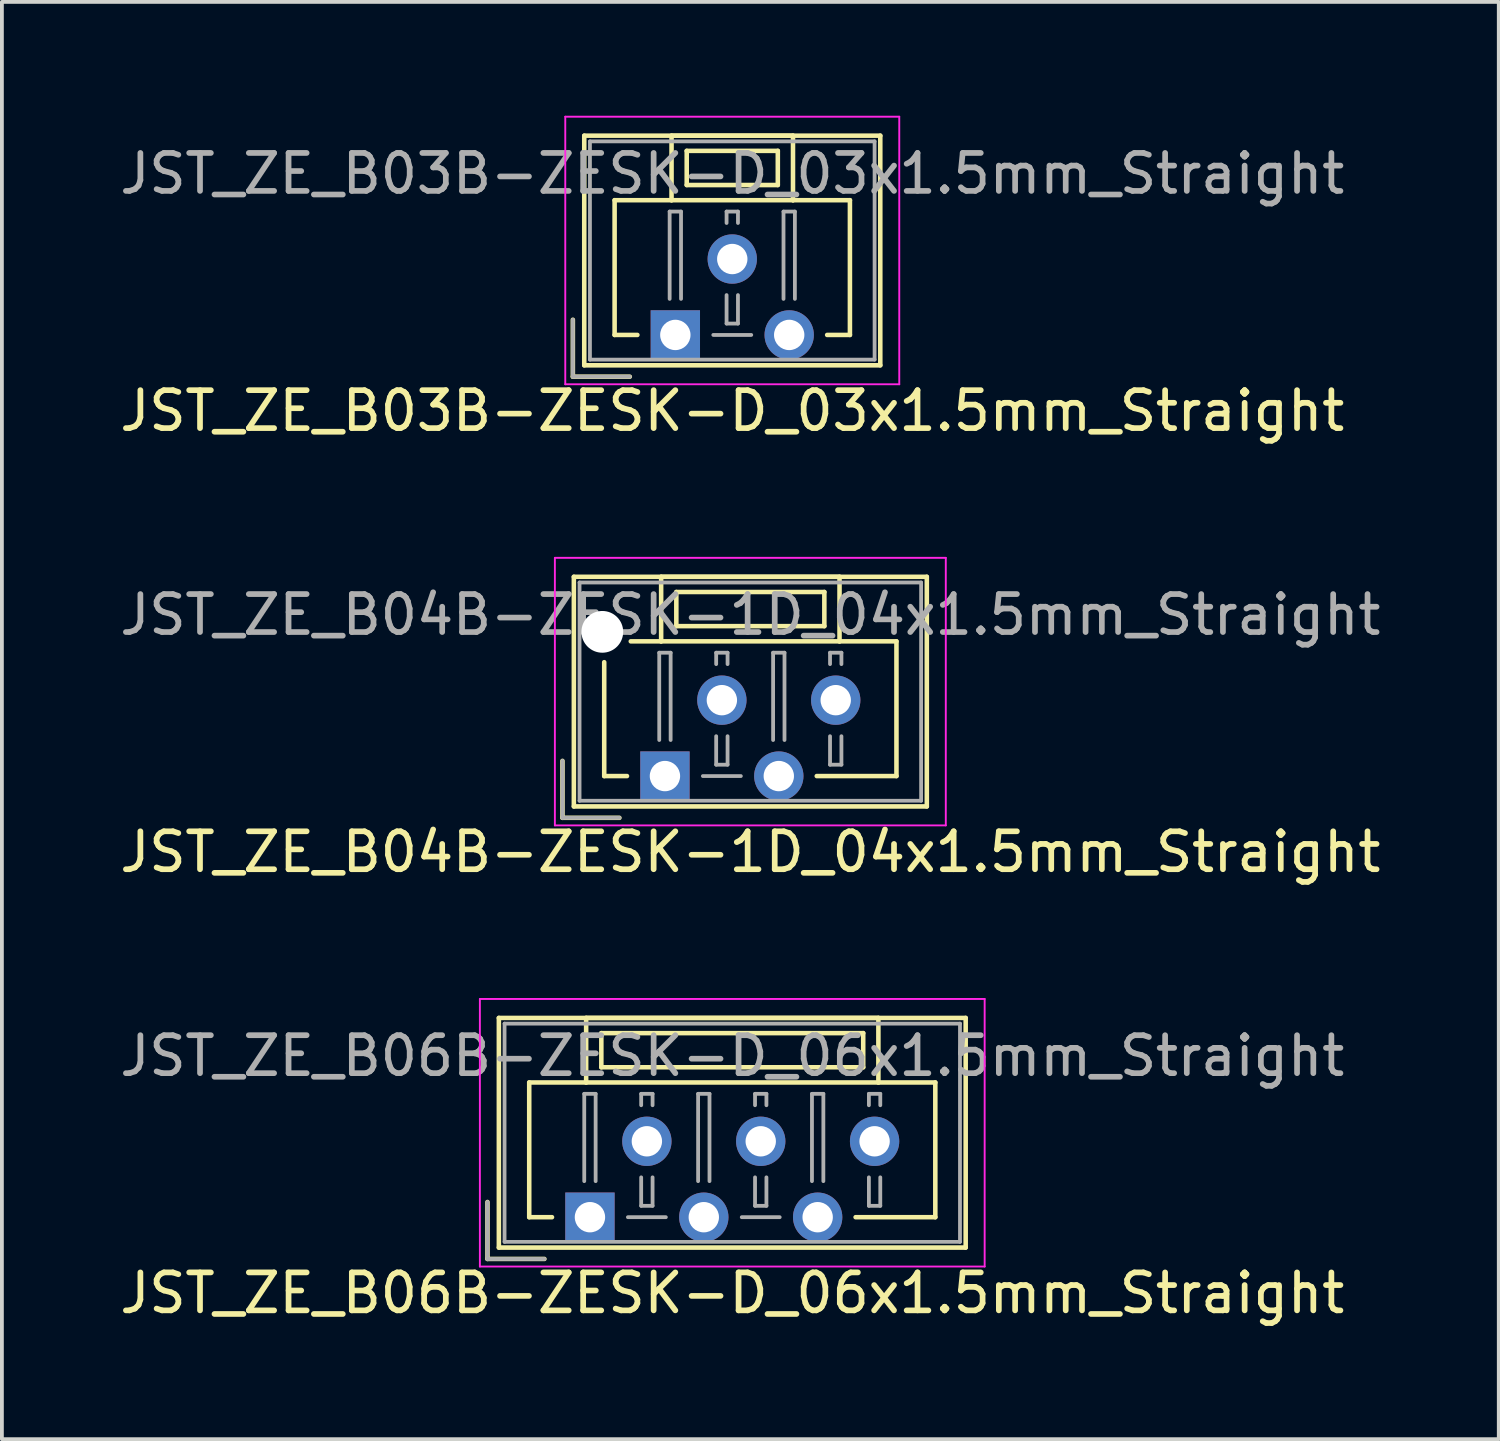
<source format=kicad_pcb>
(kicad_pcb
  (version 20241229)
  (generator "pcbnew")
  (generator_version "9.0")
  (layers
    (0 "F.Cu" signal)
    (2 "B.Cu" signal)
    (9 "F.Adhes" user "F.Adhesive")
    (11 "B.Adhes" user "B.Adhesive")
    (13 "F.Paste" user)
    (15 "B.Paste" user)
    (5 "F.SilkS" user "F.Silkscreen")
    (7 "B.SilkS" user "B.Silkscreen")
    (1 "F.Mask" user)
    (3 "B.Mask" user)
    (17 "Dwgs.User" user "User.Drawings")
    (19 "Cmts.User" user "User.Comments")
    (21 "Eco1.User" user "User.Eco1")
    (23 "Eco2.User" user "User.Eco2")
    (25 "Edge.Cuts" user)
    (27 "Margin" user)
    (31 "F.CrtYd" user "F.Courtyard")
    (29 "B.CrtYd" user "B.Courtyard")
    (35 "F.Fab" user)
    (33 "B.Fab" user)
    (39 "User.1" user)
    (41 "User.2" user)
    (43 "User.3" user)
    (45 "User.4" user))
  (footprint "JST_ZE_B03B-ZESK-D_03x1.5mm_Straight"
    (layer "F.Cu")
    (at 14.744 5.775)
    (property "Reference" "JST_ZE_B03B-ZESK-D_03x1.5mm_Straight" (at 1.5 2 0) (layer "F.SilkS") (effects (font (size 1 1) (thickness 0.15))))
    (attr through_hole)
    (fp_line (start -2.7 -0.4) (end -2.7 1.1) (stroke (width 0.12) (type solid)) (layer "F.SilkS"))
    (fp_line (start -2.7 1.1) (end -1.2 1.1) (stroke (width 0.12) (type solid)) (layer "F.SilkS"))
    (fp_line (start -2.4 -5.25) (end -2.4 0.8) (stroke (width 0.12) (type solid)) (layer "F.SilkS"))
    (fp_line (start -2.4 0.8) (end 5.4 0.8) (stroke (width 0.12) (type solid)) (layer "F.SilkS"))
    (fp_line (start -1.6 -3.55) (end -1.6 0) (stroke (width 0.12) (type solid)) (layer "F.SilkS"))
    (fp_line (start -1.6 0) (end -1 0) (stroke (width 0.12) (type solid)) (layer "F.SilkS"))
    (fp_line (start -0.1 -5.25) (end -0.1 -3.55) (stroke (width 0.12) (type solid)) (layer "F.SilkS"))
    (fp_line (start -0.1 -3.55) (end -1.6 -3.55) (stroke (width 0.12) (type solid)) (layer "F.SilkS"))
    (fp_line (start -0.1 -3.55) (end 3.1 -3.55) (stroke (width 0.12) (type solid)) (layer "F.SilkS"))
    (fp_line (start 0.3 -4.85) (end 0.3 -3.95) (stroke (width 0.12) (type solid)) (layer "F.SilkS"))
    (fp_line (start 0.3 -3.95) (end 2.7 -3.95) (stroke (width 0.12) (type solid)) (layer "F.SilkS"))
    (fp_line (start 2.7 -4.85) (end 0.3 -4.85) (stroke (width 0.12) (type solid)) (layer "F.SilkS"))
    (fp_line (start 2.7 -3.95) (end 2.7 -4.85) (stroke (width 0.12) (type solid)) (layer "F.SilkS"))
    (fp_line (start 3.1 -5.25) (end -0.1 -5.25) (stroke (width 0.12) (type solid)) (layer "F.SilkS"))
    (fp_line (start 3.1 -3.55) (end 3.1 -5.25) (stroke (width 0.12) (type solid)) (layer "F.SilkS"))
    (fp_line (start 3.1 -3.55) (end 4.6 -3.55) (stroke (width 0.12) (type solid)) (layer "F.SilkS"))
    (fp_line (start 4.6 -3.55) (end 4.6 0) (stroke (width 0.12) (type solid)) (layer "F.SilkS"))
    (fp_line (start 4.6 0) (end 4 0) (stroke (width 0.12) (type solid)) (layer "F.SilkS"))
    (fp_line (start 5.4 -5.25) (end -2.4 -5.25) (stroke (width 0.12) (type solid)) (layer "F.SilkS"))
    (fp_line (start 5.4 0.8) (end 5.4 -5.25) (stroke (width 0.12) (type solid)) (layer "F.SilkS"))
    (fp_line (start -2.9 -5.75) (end -2.9 1.3) (stroke (width 0.05) (type solid)) (layer "F.CrtYd"))
    (fp_line (start -2.9 1.3) (end 5.9 1.3) (stroke (width 0.05) (type solid)) (layer "F.CrtYd"))
    (fp_line (start 5.9 -5.75) (end -2.9 -5.75) (stroke (width 0.05) (type solid)) (layer "F.CrtYd"))
    (fp_line (start 5.9 1.3) (end 5.9 -5.75) (stroke (width 0.05) (type solid)) (layer "F.CrtYd"))
    (fp_line (start -2.7 -0.4) (end -2.7 1.1) (stroke (width 0.1) (type solid)) (layer "F.Fab"))
    (fp_line (start -2.7 1.1) (end -1.2 1.1) (stroke (width 0.1) (type solid)) (layer "F.Fab"))
    (fp_line (start -2.25 -5.1) (end -2.25 0.65) (stroke (width 0.1) (type solid)) (layer "F.Fab"))
    (fp_line (start -2.25 0.65) (end 5.25 0.65) (stroke (width 0.1) (type solid)) (layer "F.Fab"))
    (fp_line (start -0.15 -3.25) (end 0.15 -3.25) (stroke (width 0.1) (type solid)) (layer "F.Fab"))
    (fp_line (start -0.15 -0.95) (end -0.15 -3.25) (stroke (width 0.1) (type solid)) (layer "F.Fab"))
    (fp_line (start 0.15 -3.25) (end 0.15 -0.95) (stroke (width 0.1) (type solid)) (layer "F.Fab"))
    (fp_line (start 1 0) (end 2 0) (stroke (width 0.1) (type solid)) (layer "F.Fab"))
    (fp_line (start 1.35 -3.25) (end 1.65 -3.25) (stroke (width 0.1) (type solid)) (layer "F.Fab"))
    (fp_line (start 1.35 -2.95) (end 1.35 -3.25) (stroke (width 0.1) (type solid)) (layer "F.Fab"))
    (fp_line (start 1.35 -1.05) (end 1.35 -0.3) (stroke (width 0.1) (type solid)) (layer "F.Fab"))
    (fp_line (start 1.35 -0.3) (end 1.65 -0.3) (stroke (width 0.1) (type solid)) (layer "F.Fab"))
    (fp_line (start 1.65 -3.25) (end 1.65 -2.95) (stroke (width 0.1) (type solid)) (layer "F.Fab"))
    (fp_line (start 1.65 -0.3) (end 1.65 -1.05) (stroke (width 0.1) (type solid)) (layer "F.Fab"))
    (fp_line (start 2.85 -3.25) (end 3.15 -3.25) (stroke (width 0.1) (type solid)) (layer "F.Fab"))
    (fp_line (start 2.85 -0.95) (end 2.85 -3.25) (stroke (width 0.1) (type solid)) (layer "F.Fab"))
    (fp_line (start 3.15 -3.25) (end 3.15 -0.95) (stroke (width 0.1) (type solid)) (layer "F.Fab"))
    (fp_line (start 5.25 -5.1) (end -2.25 -5.1) (stroke (width 0.1) (type solid)) (layer "F.Fab"))
    (fp_line (start 5.25 0.65) (end 5.25 -5.1) (stroke (width 0.1) (type solid)) (layer "F.Fab"))
    (fp_text user "${REFERENCE}" (at 1.5 -4.25 0) (layer "F.Fab") (effects (font (size 1 1) (thickness 0.15))))
    (pad "1" thru_hole rect (at 0 0) (size 1.3 1.3) (drill 0.8) (layers "*.Cu" "*.Mask"))
    (pad "2" thru_hole circle (at 1.5 -2) (size 1.3 1.3) (drill 0.8) (layers "*.Cu" "*.Mask"))
    (pad "3" thru_hole circle (at 3 0) (size 1.3 1.3) (drill 0.8) (layers "*.Cu" "*.Mask")))
  (footprint "JST_ZE_B04B-ZESK-1D_04x1.5mm_Straight"
    (layer "F.Cu")
    (at 14.47 17.398)
    (property "Reference" "JST_ZE_B04B-ZESK-1D_04x1.5mm_Straight" (at 2.25 2 0) (layer "F.SilkS") (effects (font (size 1 1) (thickness 0.15))))
    (attr through_hole)
    (fp_line (start -2.7 -0.4) (end -2.7 1.1) (stroke (width 0.12) (type solid)) (layer "F.SilkS"))
    (fp_line (start -2.7 1.1) (end -1.2 1.1) (stroke (width 0.12) (type solid)) (layer "F.SilkS"))
    (fp_line (start -2.4 -5.25) (end -2.4 0.8) (stroke (width 0.12) (type solid)) (layer "F.SilkS"))
    (fp_line (start -2.4 0.8) (end 6.9 0.8) (stroke (width 0.12) (type solid)) (layer "F.SilkS"))
    (fp_line (start -1.6 -3) (end -1.6 0) (stroke (width 0.12) (type solid)) (layer "F.SilkS"))
    (fp_line (start -1.6 0) (end -1 0) (stroke (width 0.12) (type solid)) (layer "F.SilkS"))
    (fp_line (start -0.1 -5.25) (end -0.1 -3.55) (stroke (width 0.12) (type solid)) (layer "F.SilkS"))
    (fp_line (start -0.1 -3.55) (end -0.9 -3.55) (stroke (width 0.12) (type solid)) (layer "F.SilkS"))
    (fp_line (start -0.1 -3.55) (end 4.6 -3.55) (stroke (width 0.12) (type solid)) (layer "F.SilkS"))
    (fp_line (start 0.3 -4.85) (end 0.3 -3.95) (stroke (width 0.12) (type solid)) (layer "F.SilkS"))
    (fp_line (start 0.3 -3.95) (end 4.2 -3.95) (stroke (width 0.12) (type solid)) (layer "F.SilkS"))
    (fp_line (start 4.2 -4.85) (end 0.3 -4.85) (stroke (width 0.12) (type solid)) (layer "F.SilkS"))
    (fp_line (start 4.2 -3.95) (end 4.2 -4.85) (stroke (width 0.12) (type solid)) (layer "F.SilkS"))
    (fp_line (start 4.6 -5.25) (end -0.1 -5.25) (stroke (width 0.12) (type solid)) (layer "F.SilkS"))
    (fp_line (start 4.6 -3.55) (end 4.6 -5.25) (stroke (width 0.12) (type solid)) (layer "F.SilkS"))
    (fp_line (start 4.6 -3.55) (end 6.1 -3.55) (stroke (width 0.12) (type solid)) (layer "F.SilkS"))
    (fp_line (start 6.1 -3.55) (end 6.1 0) (stroke (width 0.12) (type solid)) (layer "F.SilkS"))
    (fp_line (start 6.1 0) (end 4 0) (stroke (width 0.12) (type solid)) (layer "F.SilkS"))
    (fp_line (start 6.9 -5.25) (end -2.4 -5.25) (stroke (width 0.12) (type solid)) (layer "F.SilkS"))
    (fp_line (start 6.9 0.8) (end 6.9 -5.25) (stroke (width 0.12) (type solid)) (layer "F.SilkS"))
    (fp_line (start -2.9 -5.75) (end -2.9 1.3) (stroke (width 0.05) (type solid)) (layer "F.CrtYd"))
    (fp_line (start -2.9 1.3) (end 7.4 1.3) (stroke (width 0.05) (type solid)) (layer "F.CrtYd"))
    (fp_line (start 7.4 -5.75) (end -2.9 -5.75) (stroke (width 0.05) (type solid)) (layer "F.CrtYd"))
    (fp_line (start 7.4 1.3) (end 7.4 -5.75) (stroke (width 0.05) (type solid)) (layer "F.CrtYd"))
    (fp_line (start -2.7 -0.4) (end -2.7 1.1) (stroke (width 0.1) (type solid)) (layer "F.Fab"))
    (fp_line (start -2.7 1.1) (end -1.2 1.1) (stroke (width 0.1) (type solid)) (layer "F.Fab"))
    (fp_line (start -2.25 -5.1) (end -2.25 0.65) (stroke (width 0.1) (type solid)) (layer "F.Fab"))
    (fp_line (start -2.25 0.65) (end 6.75 0.65) (stroke (width 0.1) (type solid)) (layer "F.Fab"))
    (fp_line (start -0.15 -3.25) (end 0.15 -3.25) (stroke (width 0.1) (type solid)) (layer "F.Fab"))
    (fp_line (start -0.15 -0.95) (end -0.15 -3.25) (stroke (width 0.1) (type solid)) (layer "F.Fab"))
    (fp_line (start 0.15 -3.25) (end 0.15 -0.95) (stroke (width 0.1) (type solid)) (layer "F.Fab"))
    (fp_line (start 1 0) (end 2 0) (stroke (width 0.1) (type solid)) (layer "F.Fab"))
    (fp_line (start 1.35 -3.25) (end 1.65 -3.25) (stroke (width 0.1) (type solid)) (layer "F.Fab"))
    (fp_line (start 1.35 -2.95) (end 1.35 -3.25) (stroke (width 0.1) (type solid)) (layer "F.Fab"))
    (fp_line (start 1.35 -1.05) (end 1.35 -0.3) (stroke (width 0.1) (type solid)) (layer "F.Fab"))
    (fp_line (start 1.35 -0.3) (end 1.65 -0.3) (stroke (width 0.1) (type solid)) (layer "F.Fab"))
    (fp_line (start 1.65 -3.25) (end 1.65 -2.95) (stroke (width 0.1) (type solid)) (layer "F.Fab"))
    (fp_line (start 1.65 -0.3) (end 1.65 -1.05) (stroke (width 0.1) (type solid)) (layer "F.Fab"))
    (fp_line (start 2.85 -3.25) (end 3.15 -3.25) (stroke (width 0.1) (type solid)) (layer "F.Fab"))
    (fp_line (start 2.85 -0.95) (end 2.85 -3.25) (stroke (width 0.1) (type solid)) (layer "F.Fab"))
    (fp_line (start 3.15 -3.25) (end 3.15 -0.95) (stroke (width 0.1) (type solid)) (layer "F.Fab"))
    (fp_line (start 4.35 -3.25) (end 4.65 -3.25) (stroke (width 0.1) (type solid)) (layer "F.Fab"))
    (fp_line (start 4.35 -2.95) (end 4.35 -3.25) (stroke (width 0.1) (type solid)) (layer "F.Fab"))
    (fp_line (start 4.35 -1.05) (end 4.35 -0.3) (stroke (width 0.1) (type solid)) (layer "F.Fab"))
    (fp_line (start 4.35 -0.3) (end 4.65 -0.3) (stroke (width 0.1) (type solid)) (layer "F.Fab"))
    (fp_line (start 4.65 -3.25) (end 4.65 -2.95) (stroke (width 0.1) (type solid)) (layer "F.Fab"))
    (fp_line (start 4.65 -0.3) (end 4.65 -1.05) (stroke (width 0.1) (type solid)) (layer "F.Fab"))
    (fp_line (start 6.75 -5.1) (end -2.25 -5.1) (stroke (width 0.1) (type solid)) (layer "F.Fab"))
    (fp_line (start 6.75 0.65) (end 6.75 -5.1) (stroke (width 0.1) (type solid)) (layer "F.Fab"))
    (fp_text user "${REFERENCE}" (at 2.25 -4.25 0) (layer "F.Fab") (effects (font (size 1 1) (thickness 0.15))))
    (pad "" np_thru_hole circle (at -1.65 -3.8) (size 1.1 1.1) (drill 1.1) (layers "*.Cu"))
    (pad "1" thru_hole rect (at 0 0) (size 1.3 1.3) (drill 0.8) (layers "*.Cu" "*.Mask"))
    (pad "2" thru_hole circle (at 1.5 -2) (size 1.3 1.3) (drill 0.8) (layers "*.Cu" "*.Mask"))
    (pad "3" thru_hole circle (at 3 0) (size 1.3 1.3) (drill 0.8) (layers "*.Cu" "*.Mask"))
    (pad "4" thru_hole circle (at 4.5 -2) (size 1.3 1.3) (drill 0.8) (layers "*.Cu" "*.Mask")))
  (footprint "JST_ZE_B06B-ZESK-D_06x1.5mm_Straight"
    (layer "F.Cu")
    (at 12.494 29.021)
    (property "Reference" "JST_ZE_B06B-ZESK-D_06x1.5mm_Straight" (at 3.75 2 0) (layer "F.SilkS") (effects (font (size 1 1) (thickness 0.15))))
    (attr through_hole)
    (fp_line (start -2.7 -0.4) (end -2.7 1.1) (stroke (width 0.12) (type solid)) (layer "F.SilkS"))
    (fp_line (start -2.7 1.1) (end -1.2 1.1) (stroke (width 0.12) (type solid)) (layer "F.SilkS"))
    (fp_line (start -2.4 -5.25) (end -2.4 0.8) (stroke (width 0.12) (type solid)) (layer "F.SilkS"))
    (fp_line (start -2.4 0.8) (end 9.9 0.8) (stroke (width 0.12) (type solid)) (layer "F.SilkS"))
    (fp_line (start -1.6 -3.55) (end -1.6 0) (stroke (width 0.12) (type solid)) (layer "F.SilkS"))
    (fp_line (start -1.6 0) (end -1 0) (stroke (width 0.12) (type solid)) (layer "F.SilkS"))
    (fp_line (start -0.1 -5.25) (end -0.1 -3.55) (stroke (width 0.12) (type solid)) (layer "F.SilkS"))
    (fp_line (start -0.1 -3.55) (end -1.6 -3.55) (stroke (width 0.12) (type solid)) (layer "F.SilkS"))
    (fp_line (start -0.1 -3.55) (end 7.6 -3.55) (stroke (width 0.12) (type solid)) (layer "F.SilkS"))
    (fp_line (start 0.3 -4.85) (end 0.3 -3.95) (stroke (width 0.12) (type solid)) (layer "F.SilkS"))
    (fp_line (start 0.3 -3.95) (end 7.2 -3.95) (stroke (width 0.12) (type solid)) (layer "F.SilkS"))
    (fp_line (start 7.2 -4.85) (end 0.3 -4.85) (stroke (width 0.12) (type solid)) (layer "F.SilkS"))
    (fp_line (start 7.2 -3.95) (end 7.2 -4.85) (stroke (width 0.12) (type solid)) (layer "F.SilkS"))
    (fp_line (start 7.6 -5.25) (end -0.1 -5.25) (stroke (width 0.12) (type solid)) (layer "F.SilkS"))
    (fp_line (start 7.6 -3.55) (end 7.6 -5.25) (stroke (width 0.12) (type solid)) (layer "F.SilkS"))
    (fp_line (start 7.6 -3.55) (end 9.1 -3.55) (stroke (width 0.12) (type solid)) (layer "F.SilkS"))
    (fp_line (start 9.1 -3.55) (end 9.1 0) (stroke (width 0.12) (type solid)) (layer "F.SilkS"))
    (fp_line (start 9.1 0) (end 7 0) (stroke (width 0.12) (type solid)) (layer "F.SilkS"))
    (fp_line (start 9.9 -5.25) (end -2.4 -5.25) (stroke (width 0.12) (type solid)) (layer "F.SilkS"))
    (fp_line (start 9.9 0.8) (end 9.9 -5.25) (stroke (width 0.12) (type solid)) (layer "F.SilkS"))
    (fp_line (start -2.9 -5.75) (end -2.9 1.3) (stroke (width 0.05) (type solid)) (layer "F.CrtYd"))
    (fp_line (start -2.9 1.3) (end 10.4 1.3) (stroke (width 0.05) (type solid)) (layer "F.CrtYd"))
    (fp_line (start 10.4 -5.75) (end -2.9 -5.75) (stroke (width 0.05) (type solid)) (layer "F.CrtYd"))
    (fp_line (start 10.4 1.3) (end 10.4 -5.75) (stroke (width 0.05) (type solid)) (layer "F.CrtYd"))
    (fp_line (start -2.7 -0.4) (end -2.7 1.1) (stroke (width 0.1) (type solid)) (layer "F.Fab"))
    (fp_line (start -2.7 1.1) (end -1.2 1.1) (stroke (width 0.1) (type solid)) (layer "F.Fab"))
    (fp_line (start -2.25 -5.1) (end -2.25 0.65) (stroke (width 0.1) (type solid)) (layer "F.Fab"))
    (fp_line (start -2.25 0.65) (end 9.75 0.65) (stroke (width 0.1) (type solid)) (layer "F.Fab"))
    (fp_line (start -0.15 -3.25) (end 0.15 -3.25) (stroke (width 0.1) (type solid)) (layer "F.Fab"))
    (fp_line (start -0.15 -0.95) (end -0.15 -3.25) (stroke (width 0.1) (type solid)) (layer "F.Fab"))
    (fp_line (start 0.15 -3.25) (end 0.15 -0.95) (stroke (width 0.1) (type solid)) (layer "F.Fab"))
    (fp_line (start 1 0) (end 2 0) (stroke (width 0.1) (type solid)) (layer "F.Fab"))
    (fp_line (start 1.35 -3.25) (end 1.65 -3.25) (stroke (width 0.1) (type solid)) (layer "F.Fab"))
    (fp_line (start 1.35 -2.95) (end 1.35 -3.25) (stroke (width 0.1) (type solid)) (layer "F.Fab"))
    (fp_line (start 1.35 -1.05) (end 1.35 -0.3) (stroke (width 0.1) (type solid)) (layer "F.Fab"))
    (fp_line (start 1.35 -0.3) (end 1.65 -0.3) (stroke (width 0.1) (type solid)) (layer "F.Fab"))
    (fp_line (start 1.65 -3.25) (end 1.65 -2.95) (stroke (width 0.1) (type solid)) (layer "F.Fab"))
    (fp_line (start 1.65 -0.3) (end 1.65 -1.05) (stroke (width 0.1) (type solid)) (layer "F.Fab"))
    (fp_line (start 2.85 -3.25) (end 3.15 -3.25) (stroke (width 0.1) (type solid)) (layer "F.Fab"))
    (fp_line (start 2.85 -0.95) (end 2.85 -3.25) (stroke (width 0.1) (type solid)) (layer "F.Fab"))
    (fp_line (start 3.15 -3.25) (end 3.15 -0.95) (stroke (width 0.1) (type solid)) (layer "F.Fab"))
    (fp_line (start 4 0) (end 5 0) (stroke (width 0.1) (type solid)) (layer "F.Fab"))
    (fp_line (start 4.35 -3.25) (end 4.65 -3.25) (stroke (width 0.1) (type solid)) (layer "F.Fab"))
    (fp_line (start 4.35 -2.95) (end 4.35 -3.25) (stroke (width 0.1) (type solid)) (layer "F.Fab"))
    (fp_line (start 4.35 -1.05) (end 4.35 -0.3) (stroke (width 0.1) (type solid)) (layer "F.Fab"))
    (fp_line (start 4.35 -0.3) (end 4.65 -0.3) (stroke (width 0.1) (type solid)) (layer "F.Fab"))
    (fp_line (start 4.65 -3.25) (end 4.65 -2.95) (stroke (width 0.1) (type solid)) (layer "F.Fab"))
    (fp_line (start 4.65 -0.3) (end 4.65 -1.05) (stroke (width 0.1) (type solid)) (layer "F.Fab"))
    (fp_line (start 5.85 -3.25) (end 6.15 -3.25) (stroke (width 0.1) (type solid)) (layer "F.Fab"))
    (fp_line (start 5.85 -0.95) (end 5.85 -3.25) (stroke (width 0.1) (type solid)) (layer "F.Fab"))
    (fp_line (start 6.15 -3.25) (end 6.15 -0.95) (stroke (width 0.1) (type solid)) (layer "F.Fab"))
    (fp_line (start 7.35 -3.25) (end 7.65 -3.25) (stroke (width 0.1) (type solid)) (layer "F.Fab"))
    (fp_line (start 7.35 -2.95) (end 7.35 -3.25) (stroke (width 0.1) (type solid)) (layer "F.Fab"))
    (fp_line (start 7.35 -1.05) (end 7.35 -0.3) (stroke (width 0.1) (type solid)) (layer "F.Fab"))
    (fp_line (start 7.35 -0.3) (end 7.65 -0.3) (stroke (width 0.1) (type solid)) (layer "F.Fab"))
    (fp_line (start 7.65 -3.25) (end 7.65 -2.95) (stroke (width 0.1) (type solid)) (layer "F.Fab"))
    (fp_line (start 7.65 -0.3) (end 7.65 -1.05) (stroke (width 0.1) (type solid)) (layer "F.Fab"))
    (fp_line (start 9.75 -5.1) (end -2.25 -5.1) (stroke (width 0.1) (type solid)) (layer "F.Fab"))
    (fp_line (start 9.75 0.65) (end 9.75 -5.1) (stroke (width 0.1) (type solid)) (layer "F.Fab"))
    (fp_text user "${REFERENCE}" (at 3.75 -4.25 0) (layer "F.Fab") (effects (font (size 1 1) (thickness 0.15))))
    (pad "1" thru_hole rect (at 0 0) (size 1.3 1.3) (drill 0.8) (layers "*.Cu" "*.Mask"))
    (pad "2" thru_hole circle (at 1.5 -2) (size 1.3 1.3) (drill 0.8) (layers "*.Cu" "*.Mask"))
    (pad "3" thru_hole circle (at 3 0) (size 1.3 1.3) (drill 0.8) (layers "*.Cu" "*.Mask"))
    (pad "4" thru_hole circle (at 4.5 -2) (size 1.3 1.3) (drill 0.8) (layers "*.Cu" "*.Mask"))
    (pad "5" thru_hole circle (at 6 0) (size 1.3 1.3) (drill 0.8) (layers "*.Cu" "*.Mask"))
    (pad "6" thru_hole circle (at 7.5 -2) (size 1.3 1.3) (drill 0.8) (layers "*.Cu" "*.Mask")))
  (gr_rect
    (start -3 -3)
    (end 36.44 34.87)
    (stroke (width 0.1) (type default))
    (fill no)
    (layer "Edge.Cuts")))
</source>
